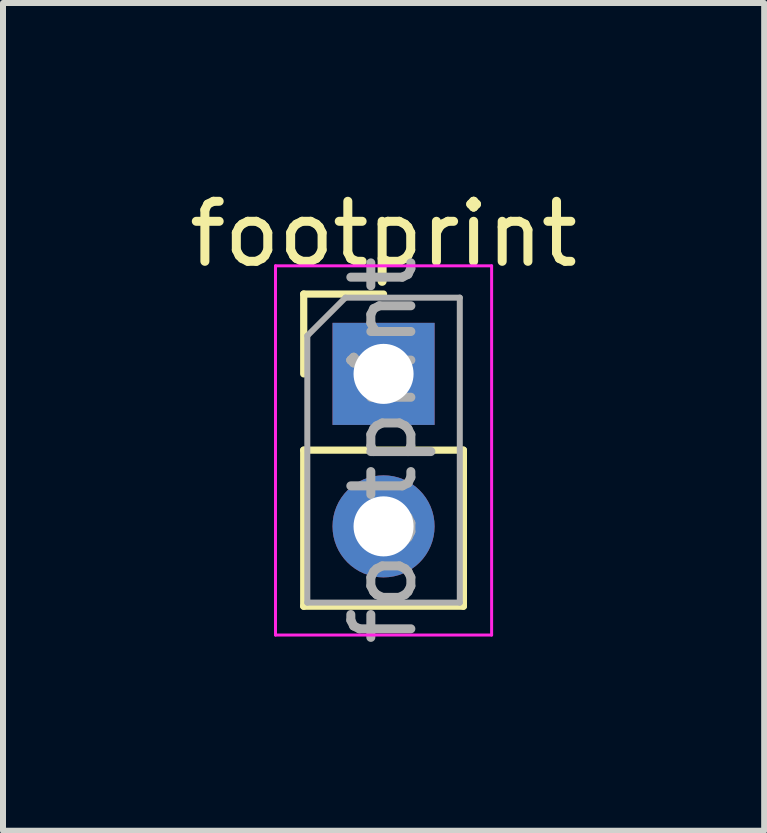
<source format=kicad_pcb>
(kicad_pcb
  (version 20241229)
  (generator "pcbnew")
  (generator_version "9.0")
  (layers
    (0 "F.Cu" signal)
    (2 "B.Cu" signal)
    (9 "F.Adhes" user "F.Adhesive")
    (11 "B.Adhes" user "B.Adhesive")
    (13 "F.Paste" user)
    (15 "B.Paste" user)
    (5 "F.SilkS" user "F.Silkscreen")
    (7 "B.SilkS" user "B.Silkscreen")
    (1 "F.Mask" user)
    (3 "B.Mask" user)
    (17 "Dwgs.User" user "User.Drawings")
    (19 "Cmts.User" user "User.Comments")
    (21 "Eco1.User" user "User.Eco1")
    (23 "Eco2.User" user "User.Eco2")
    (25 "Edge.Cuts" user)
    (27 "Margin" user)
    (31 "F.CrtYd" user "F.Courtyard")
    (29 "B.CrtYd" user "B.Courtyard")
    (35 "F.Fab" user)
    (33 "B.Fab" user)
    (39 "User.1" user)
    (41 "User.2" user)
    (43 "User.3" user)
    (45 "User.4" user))
  (footprint "footprint"
    (layer "F.Cu")
    (at 3.339 3.178)
    (property "Reference" "footprint" (at 0 -2.33 0) (layer "F.SilkS") (effects (font (size 1 1) (thickness 0.15))))
    (attr through_hole)
    (fp_line (start -1.33 -1.33) (end 0 -1.33) (stroke (width 0.12) (type solid)) (layer "F.SilkS"))
    (fp_line (start -1.33 0) (end -1.33 -1.33) (stroke (width 0.12) (type solid)) (layer "F.SilkS"))
    (fp_line (start -1.33 1.27) (end -1.33 3.87) (stroke (width 0.12) (type solid)) (layer "F.SilkS"))
    (fp_line (start -1.33 1.27) (end 1.33 1.27) (stroke (width 0.12) (type solid)) (layer "F.SilkS"))
    (fp_line (start -1.33 3.87) (end 1.33 3.87) (stroke (width 0.12) (type solid)) (layer "F.SilkS"))
    (fp_line (start 1.33 1.27) (end 1.33 3.87) (stroke (width 0.12) (type solid)) (layer "F.SilkS"))
    (fp_line (start -1.8 -1.8) (end -1.8 4.35) (stroke (width 0.05) (type solid)) (layer "F.CrtYd"))
    (fp_line (start -1.8 4.35) (end 1.8 4.35) (stroke (width 0.05) (type solid)) (layer "F.CrtYd"))
    (fp_line (start 1.8 -1.8) (end -1.8 -1.8) (stroke (width 0.05) (type solid)) (layer "F.CrtYd"))
    (fp_line (start 1.8 4.35) (end 1.8 -1.8) (stroke (width 0.05) (type solid)) (layer "F.CrtYd"))
    (fp_line (start -1.27 -0.635) (end -0.635 -1.27) (stroke (width 0.1) (type solid)) (layer "F.Fab"))
    (fp_line (start -1.27 3.81) (end -1.27 -0.635) (stroke (width 0.1) (type solid)) (layer "F.Fab"))
    (fp_line (start -0.635 -1.27) (end 1.27 -1.27) (stroke (width 0.1) (type solid)) (layer "F.Fab"))
    (fp_line (start 1.27 -1.27) (end 1.27 3.81) (stroke (width 0.1) (type solid)) (layer "F.Fab"))
    (fp_line (start 1.27 3.81) (end -1.27 3.81) (stroke (width 0.1) (type solid)) (layer "F.Fab"))
    (fp_text user "${REFERENCE}" (at 0 1.27 90) (layer "F.Fab") (effects (font (size 1 1) (thickness 0.15))))
    (pad "1" thru_hole rect (at 0 0) (size 1.7 1.7) (drill 1) (layers "*.Cu" "*.Mask"))
    (pad "2" thru_hole oval (at 0 2.54) (size 1.7 1.7) (drill 1) (layers "*.Cu" "*.Mask")))
  (gr_rect
    (start -3 -3)
    (end 9.679 10.788)
    (stroke (width 0.1) (type default))
    (fill no)
    (layer "Edge.Cuts")))
</source>
